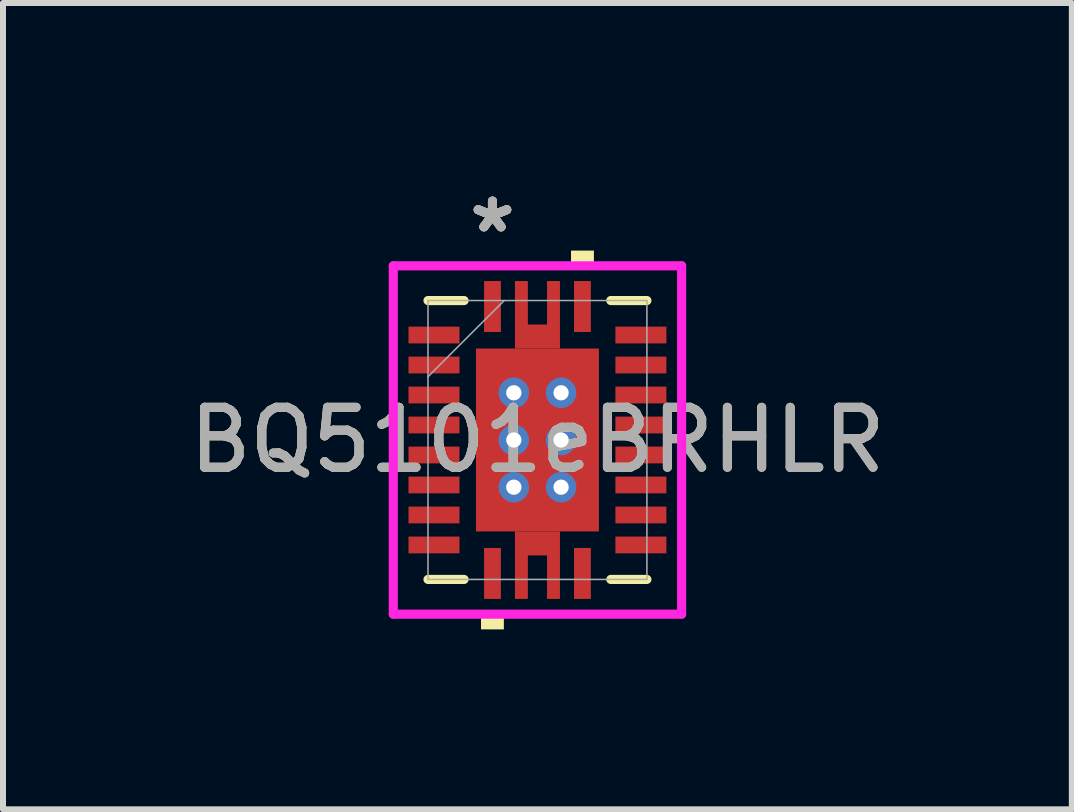
<source format=kicad_pcb>
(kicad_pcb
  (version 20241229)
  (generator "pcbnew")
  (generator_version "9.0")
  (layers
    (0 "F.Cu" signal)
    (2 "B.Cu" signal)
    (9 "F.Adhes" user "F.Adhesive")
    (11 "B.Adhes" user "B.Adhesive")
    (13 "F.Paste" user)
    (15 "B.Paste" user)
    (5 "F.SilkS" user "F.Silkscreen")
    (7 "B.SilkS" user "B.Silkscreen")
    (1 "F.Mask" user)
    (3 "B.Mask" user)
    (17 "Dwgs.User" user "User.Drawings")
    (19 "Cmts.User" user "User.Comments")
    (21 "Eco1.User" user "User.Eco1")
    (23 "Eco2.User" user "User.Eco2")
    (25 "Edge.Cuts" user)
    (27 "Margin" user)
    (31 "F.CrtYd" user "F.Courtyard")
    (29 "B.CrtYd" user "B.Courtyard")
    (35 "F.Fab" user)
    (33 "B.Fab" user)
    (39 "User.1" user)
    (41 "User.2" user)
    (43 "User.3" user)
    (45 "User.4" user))
  (footprint "BQ5101eBRHLR"
    (layer "F.Cu")
    (at 5.911 4.286)
    (property "Reference" "BQ5101eBRHLR" (at 0 0 0) (unlocked yes) (layer "F.SilkS") (effects (font (size 1 1) (thickness 0.15))))
    (attr smd)
    (fp_poly (pts (xy 0.375 -1.525) (xy 0.375 -2.65) (xy 0.16 -2.65) (xy 0.16 -1.925) (xy -0.16 -1.925) (xy -0.16 -2.65) (xy -0.375 -2.65) (xy -0.375 -1.525)) (stroke (width 0) (type solid)) (fill yes) (layer "F.Cu"))
    (fp_poly (pts (xy 0.375 1.525) (xy 0.375 2.65) (xy 0.16 2.65) (xy 0.16 1.925) (xy -0.16 1.925) (xy -0.16 2.65) (xy -0.375 2.65) (xy -0.375 1.525)) (stroke (width 0) (type solid)) (fill yes) (layer "F.Cu"))
    (fp_poly (pts (xy -2.22 -1.96) (xy -2.22 -1.54) (xy -1.23 -1.54) (xy -1.23 -1.96)) (stroke (width 0) (type solid)) (fill yes) (layer "F.Mask"))
    (fp_poly (pts (xy -2.22 -1.46) (xy -2.22 -1.04) (xy -1.23 -1.04) (xy -1.23 -1.46)) (stroke (width 0) (type solid)) (fill yes) (layer "F.Mask"))
    (fp_poly (pts (xy -2.22 -0.96) (xy -2.22 -0.54) (xy -1.23 -0.54) (xy -1.23 -0.96)) (stroke (width 0) (type solid)) (fill yes) (layer "F.Mask"))
    (fp_poly (pts (xy -2.22 -0.46) (xy -2.22 -0.04) (xy -1.23 -0.04) (xy -1.23 -0.46)) (stroke (width 0) (type solid)) (fill yes) (layer "F.Mask"))
    (fp_poly (pts (xy -2.22 0.04) (xy -2.22 0.46) (xy -1.23 0.46) (xy -1.23 0.04)) (stroke (width 0) (type solid)) (fill yes) (layer "F.Mask"))
    (fp_poly (pts (xy -2.22 0.54) (xy -2.22 0.96) (xy -1.23 0.96) (xy -1.23 0.54)) (stroke (width 0) (type solid)) (fill yes) (layer "F.Mask"))
    (fp_poly (pts (xy -2.22 1.04) (xy -2.22 1.46) (xy -1.23 1.46) (xy -1.23 1.04)) (stroke (width 0) (type solid)) (fill yes) (layer "F.Mask"))
    (fp_poly (pts (xy -2.22 1.54) (xy -2.22 1.96) (xy -1.23 1.96) (xy -1.23 1.54)) (stroke (width 0) (type solid)) (fill yes) (layer "F.Mask"))
    (fp_poly (pts (xy -1.089 -1.588) (xy -0.594 -1.588) (xy -0.594 1.588) (xy -1.089 1.588)) (stroke (width 0) (type solid)) (fill yes) (layer "F.Mask"))
    (fp_poly (pts (xy -1.089 -1.588) (xy 1.089 -1.588) (xy 1.089 -0.987) (xy -1.089 -0.987)) (stroke (width 0) (type solid)) (fill yes) (layer "F.Mask"))
    (fp_poly (pts (xy -1.089 -0.587) (xy 1.089 -0.587) (xy 1.089 -0.2) (xy -1.089 -0.2)) (stroke (width 0) (type solid)) (fill yes) (layer "F.Mask"))
    (fp_poly (pts (xy -1.089 0.2) (xy 1.089 0.2) (xy 1.089 0.587) (xy -1.089 0.587)) (stroke (width 0) (type solid)) (fill yes) (layer "F.Mask"))
    (fp_poly (pts (xy -1.089 0.987) (xy 1.089 0.987) (xy 1.089 1.588) (xy -1.089 1.588)) (stroke (width 0) (type solid)) (fill yes) (layer "F.Mask"))
    (fp_poly (pts (xy -0.96 -2.72) (xy -0.96 -1.73) (xy -0.54 -1.73) (xy -0.54 -2.72)) (stroke (width 0) (type solid)) (fill yes) (layer "F.Mask"))
    (fp_poly (pts (xy -0.96 1.73) (xy -0.96 2.72) (xy -0.54 2.72) (xy -0.54 1.73)) (stroke (width 0) (type solid)) (fill yes) (layer "F.Mask"))
    (fp_poly (pts (xy 0.194 -1.588) (xy -0.194 -1.588) (xy -0.194 1.588) (xy 0.194 1.588)) (stroke (width 0) (type solid)) (fill yes) (layer "F.Mask"))
    (fp_poly (pts (xy 0.54 -2.72) (xy 0.54 -1.73) (xy 0.96 -1.73) (xy 0.96 -2.72)) (stroke (width 0) (type solid)) (fill yes) (layer "F.Mask"))
    (fp_poly (pts (xy 0.54 1.73) (xy 0.54 2.72) (xy 0.96 2.72) (xy 0.96 1.73)) (stroke (width 0) (type solid)) (fill yes) (layer "F.Mask"))
    (fp_poly (pts (xy 0.594 -1.588) (xy 1.089 -1.588) (xy 1.089 1.588) (xy 0.594 1.588)) (stroke (width 0) (type solid)) (fill yes) (layer "F.Mask"))
    (fp_poly (pts (xy 1.23 -1.96) (xy 1.23 -1.54) (xy 2.22 -1.54) (xy 2.22 -1.96)) (stroke (width 0) (type solid)) (fill yes) (layer "F.Mask"))
    (fp_poly (pts (xy 1.23 -1.46) (xy 1.23 -1.04) (xy 2.22 -1.04) (xy 2.22 -1.46)) (stroke (width 0) (type solid)) (fill yes) (layer "F.Mask"))
    (fp_poly (pts (xy 1.23 -0.96) (xy 1.23 -0.54) (xy 2.22 -0.54) (xy 2.22 -0.96)) (stroke (width 0) (type solid)) (fill yes) (layer "F.Mask"))
    (fp_poly (pts (xy 1.23 -0.46) (xy 1.23 -0.04) (xy 2.22 -0.04) (xy 2.22 -0.46)) (stroke (width 0) (type solid)) (fill yes) (layer "F.Mask"))
    (fp_poly (pts (xy 1.23 0.04) (xy 1.23 0.46) (xy 2.22 0.46) (xy 2.22 0.04)) (stroke (width 0) (type solid)) (fill yes) (layer "F.Mask"))
    (fp_poly (pts (xy 1.23 0.54) (xy 1.23 0.96) (xy 2.22 0.96) (xy 2.22 0.54)) (stroke (width 0) (type solid)) (fill yes) (layer "F.Mask"))
    (fp_poly (pts (xy 1.23 1.04) (xy 1.23 1.46) (xy 2.22 1.46) (xy 2.22 1.04)) (stroke (width 0) (type solid)) (fill yes) (layer "F.Mask"))
    (fp_poly (pts (xy 1.23 1.54) (xy 1.23 1.96) (xy 2.22 1.96) (xy 2.22 1.54)) (stroke (width 0) (type solid)) (fill yes) (layer "F.Mask"))
    (fp_poly (pts (xy 0.375 -1.525) (xy 0.375 -2.65) (xy 0.16 -2.65) (xy 0.16 -1.925) (xy -0.16 -1.925) (xy -0.16 -2.65) (xy -0.375 -2.65) (xy -0.375 -1.525)) (stroke (width 0) (type solid)) (fill yes) (layer "F.Mask"))
    (fp_poly (pts (xy 0.375 1.525) (xy 0.375 2.65) (xy 0.16 2.65) (xy 0.16 1.925) (xy -0.16 1.925) (xy -0.16 2.65) (xy -0.375 2.65) (xy -0.375 1.525)) (stroke (width 0) (type solid)) (fill yes) (layer "F.Mask"))
    (fp_line (start -1.825 2.325) (end -1.223 2.325) (stroke (width 0.152) (type solid)) (layer "F.SilkS"))
    (fp_line (start -1.223 -2.325) (end -1.825 -2.325) (stroke (width 0.152) (type solid)) (layer "F.SilkS"))
    (fp_line (start 1.223 2.325) (end 1.825 2.325) (stroke (width 0.152) (type solid)) (layer "F.SilkS"))
    (fp_line (start 1.825 -2.325) (end 1.223 -2.325) (stroke (width 0.152) (type solid)) (layer "F.SilkS"))
    (fp_poly (pts (xy -0.941 2.904) (xy -0.941 3.158) (xy -0.56 3.158) (xy -0.56 2.904)) (stroke (width 0) (type solid)) (fill yes) (layer "F.SilkS"))
    (fp_poly (pts (xy 0.56 -2.904) (xy 0.56 -3.158) (xy 0.941 -3.158) (xy 0.941 -2.904)) (stroke (width 0) (type solid)) (fill yes) (layer "F.SilkS"))
    (fp_poly (pts (xy -2.125 -1.865) (xy -2.125 -1.635) (xy -1.325 -1.635) (xy -1.325 -1.865)) (stroke (width 0) (type solid)) (fill yes) (layer "F.Paste"))
    (fp_poly (pts (xy -2.125 -1.365) (xy -2.125 -1.135) (xy -1.325 -1.135) (xy -1.325 -1.365)) (stroke (width 0) (type solid)) (fill yes) (layer "F.Paste"))
    (fp_poly (pts (xy -2.125 -0.865) (xy -2.125 -0.635) (xy -1.325 -0.635) (xy -1.325 -0.865)) (stroke (width 0) (type solid)) (fill yes) (layer "F.Paste"))
    (fp_poly (pts (xy -2.125 -0.365) (xy -2.125 -0.135) (xy -1.325 -0.135) (xy -1.325 -0.365)) (stroke (width 0) (type solid)) (fill yes) (layer "F.Paste"))
    (fp_poly (pts (xy -2.125 0.135) (xy -2.125 0.365) (xy -1.325 0.365) (xy -1.325 0.135)) (stroke (width 0) (type solid)) (fill yes) (layer "F.Paste"))
    (fp_poly (pts (xy -2.125 0.635) (xy -2.125 0.865) (xy -1.325 0.865) (xy -1.325 0.635)) (stroke (width 0) (type solid)) (fill yes) (layer "F.Paste"))
    (fp_poly (pts (xy -2.125 1.135) (xy -2.125 1.365) (xy -1.325 1.365) (xy -1.325 1.135)) (stroke (width 0) (type solid)) (fill yes) (layer "F.Paste"))
    (fp_poly (pts (xy -2.125 1.635) (xy -2.125 1.865) (xy -1.325 1.865) (xy -1.325 1.635)) (stroke (width 0) (type solid)) (fill yes) (layer "F.Paste"))
    (fp_poly (pts (xy -0.865 -2.625) (xy -0.865 -1.825) (xy -0.635 -1.825) (xy -0.635 -2.625)) (stroke (width 0) (type solid)) (fill yes) (layer "F.Paste"))
    (fp_poly (pts (xy -0.865 1.825) (xy -0.865 2.625) (xy -0.635 2.625) (xy -0.635 1.825)) (stroke (width 0) (type solid)) (fill yes) (layer "F.Paste"))
    (fp_poly (pts (xy -0.16 -1.925) (xy -0.16 -2.65) (xy -0.375 -2.65) (xy -0.375 -1.925)) (stroke (width 0) (type solid)) (fill yes) (layer "F.Paste"))
    (fp_poly (pts (xy -0.16 1.925) (xy -0.16 2.65) (xy -0.375 2.65) (xy -0.375 1.925)) (stroke (width 0) (type solid)) (fill yes) (layer "F.Paste"))
    (fp_poly (pts (xy 0.375 -1.925) (xy 0.375 -2.65) (xy 0.16 -2.65) (xy 0.16 -1.925)) (stroke (width 0) (type solid)) (fill yes) (layer "F.Paste"))
    (fp_poly (pts (xy 0.375 1.925) (xy 0.375 2.65) (xy 0.16 2.65) (xy 0.16 1.925)) (stroke (width 0) (type solid)) (fill yes) (layer "F.Paste"))
    (fp_poly (pts (xy 0.635 -2.625) (xy 0.635 -1.825) (xy 0.865 -1.825) (xy 0.865 -2.625)) (stroke (width 0) (type solid)) (fill yes) (layer "F.Paste"))
    (fp_poly (pts (xy 0.635 1.825) (xy 0.635 2.625) (xy 0.865 2.625) (xy 0.865 1.825)) (stroke (width 0) (type solid)) (fill yes) (layer "F.Paste"))
    (fp_poly (pts (xy 1.325 -1.865) (xy 1.325 -1.635) (xy 2.125 -1.635) (xy 2.125 -1.865)) (stroke (width 0) (type solid)) (fill yes) (layer "F.Paste"))
    (fp_poly (pts (xy 1.325 -1.365) (xy 1.325 -1.135) (xy 2.125 -1.135) (xy 2.125 -1.365)) (stroke (width 0) (type solid)) (fill yes) (layer "F.Paste"))
    (fp_poly (pts (xy 1.325 -0.865) (xy 1.325 -0.635) (xy 2.125 -0.635) (xy 2.125 -0.865)) (stroke (width 0) (type solid)) (fill yes) (layer "F.Paste"))
    (fp_poly (pts (xy 1.325 -0.365) (xy 1.325 -0.135) (xy 2.125 -0.135) (xy 2.125 -0.365)) (stroke (width 0) (type solid)) (fill yes) (layer "F.Paste"))
    (fp_poly (pts (xy 1.325 0.135) (xy 1.325 0.365) (xy 2.125 0.365) (xy 2.125 0.135)) (stroke (width 0) (type solid)) (fill yes) (layer "F.Paste"))
    (fp_poly (pts (xy 1.325 0.635) (xy 1.325 0.865) (xy 2.125 0.865) (xy 2.125 0.635)) (stroke (width 0) (type solid)) (fill yes) (layer "F.Paste"))
    (fp_poly (pts (xy 1.325 1.135) (xy 1.325 1.365) (xy 2.125 1.365) (xy 2.125 1.135)) (stroke (width 0) (type solid)) (fill yes) (layer "F.Paste"))
    (fp_poly (pts (xy 1.325 1.635) (xy 1.325 1.865) (xy 2.125 1.865) (xy 2.125 1.635)) (stroke (width 0) (type solid)) (fill yes) (layer "F.Paste"))
    (fp_poly (pts (xy -0.95 -1.45) (xy -0.95 -0.887) (xy -0.635 -0.887) (xy -0.494 -1.029) (xy -0.494 -1.45)) (stroke (width 0) (type solid)) (fill yes) (layer "F.Paste"))
    (fp_poly (pts (xy -0.95 0.887) (xy -0.95 1.45) (xy -0.494 1.45) (xy -0.494 1.029) (xy -0.635 0.887)) (stroke (width 0) (type solid)) (fill yes) (layer "F.Paste"))
    (fp_poly (pts (xy 0.494 -1.45) (xy 0.494 -1.029) (xy 0.635 -0.887) (xy 0.95 -0.887) (xy 0.95 -1.45)) (stroke (width 0) (type solid)) (fill yes) (layer "F.Paste"))
    (fp_poly (pts (xy 0.635 0.887) (xy 0.494 1.029) (xy 0.494 1.45) (xy 0.95 1.45) (xy 0.95 0.887)) (stroke (width 0) (type solid)) (fill yes) (layer "F.Paste"))
    (fp_poly (pts (xy -0.95 -0.687) (xy -0.95 -0.1) (xy -0.635 -0.1) (xy -0.494 -0.241) (xy -0.494 -0.546) (xy -0.635 -0.687)) (stroke (width 0) (type solid)) (fill yes) (layer "F.Paste"))
    (fp_poly (pts (xy -0.95 0.1) (xy -0.95 0.687) (xy -0.635 0.687) (xy -0.494 0.546) (xy -0.494 0.241) (xy -0.635 0.1)) (stroke (width 0) (type solid)) (fill yes) (layer "F.Paste"))
    (fp_poly (pts (xy -0.294 -1.45) (xy -0.294 -1.029) (xy -0.152 -0.887) (xy 0.152 -0.887) (xy 0.294 -1.029) (xy 0.294 -1.45)) (stroke (width 0) (type solid)) (fill yes) (layer "F.Paste"))
    (fp_poly (pts (xy -0.152 0.887) (xy -0.294 1.029) (xy -0.294 1.45) (xy 0.294 1.45) (xy 0.294 1.029) (xy 0.152 0.887)) (stroke (width 0) (type solid)) (fill yes) (layer "F.Paste"))
    (fp_poly (pts (xy 0.635 -0.687) (xy 0.494 -0.546) (xy 0.494 -0.241) (xy 0.635 -0.1) (xy 0.95 -0.1) (xy 0.95 -0.687)) (stroke (width 0) (type solid)) (fill yes) (layer "F.Paste"))
    (fp_poly (pts (xy 0.635 0.1) (xy 0.494 0.241) (xy 0.494 0.546) (xy 0.635 0.687) (xy 0.95 0.687) (xy 0.95 0.1)) (stroke (width 0) (type solid)) (fill yes) (layer "F.Paste"))
    (fp_poly (pts (xy -0.152 -0.687) (xy -0.294 -0.546) (xy -0.294 -0.241) (xy -0.152 -0.1) (xy 0.152 -0.1) (xy 0.294 -0.241) (xy 0.294 -0.546) (xy 0.152 -0.687)) (stroke (width 0) (type solid)) (fill yes) (layer "F.Paste"))
    (fp_poly (pts (xy -0.152 0.1) (xy -0.294 0.241) (xy -0.294 0.546) (xy -0.152 0.687) (xy 0.152 0.687) (xy 0.294 0.546) (xy 0.294 0.241) (xy 0.152 0.1)) (stroke (width 0) (type solid)) (fill yes) (layer "F.Paste"))
    (fp_line (start -2.404 -2.904) (end 2.404 -2.904) (stroke (width 0.152) (type solid)) (layer "F.CrtYd"))
    (fp_line (start -2.404 2.904) (end -2.404 -2.904) (stroke (width 0.152) (type solid)) (layer "F.CrtYd"))
    (fp_line (start 2.404 -2.904) (end 2.404 2.904) (stroke (width 0.152) (type solid)) (layer "F.CrtYd"))
    (fp_line (start 2.404 2.904) (end -2.404 2.904) (stroke (width 0.152) (type solid)) (layer "F.CrtYd"))
    (fp_line (start -1.825 -2.325) (end -1.825 2.325) (stroke (width 0.025) (type solid)) (layer "F.Fab"))
    (fp_line (start -1.825 -1.055) (end -0.555 -2.325) (stroke (width 0.025) (type solid)) (layer "F.Fab"))
    (fp_line (start -1.825 2.325) (end 1.825 2.325) (stroke (width 0.025) (type solid)) (layer "F.Fab"))
    (fp_line (start 1.825 -2.325) (end -1.825 -2.325) (stroke (width 0.025) (type solid)) (layer "F.Fab"))
    (fp_line (start 1.825 2.325) (end 1.825 -2.325) (stroke (width 0.025) (type solid)) (layer "F.Fab"))
    (fp_text user "*" (at -0.75 -3.437 0) (layer "F.SilkS") (effects (font (size 1 1) (thickness 0.15))))
    (fp_text user "*" (at -0.75 -3.437 0) (unlocked yes) (layer "F.SilkS") (effects (font (size 1 1) (thickness 0.15))))
    (fp_text user "${REFERENCE}" (at 0 0 0) (unlocked yes) (layer "F.Fab") (effects (font (size 1 1) (thickness 0.15))))
    (fp_text user "*" (at -0.75 -3.437 0) (unlocked yes) (layer "F.Fab") (effects (font (size 1 1) (thickness 0.15))))
    (fp_text user "*" (at -0.75 -3.437 0) (layer "F.Fab") (effects (font (size 1 1) (thickness 0.15))))
    (pad "1" smd rect (at -0.75 -2.225) (size 0.28 0.85) (layers "F.Cu" "F.Mask"))
    (pad "2" smd rect (at -1.725 -1.75 90) (size 0.28 0.85) (layers "F.Cu" "F.Mask"))
    (pad "3" smd rect (at -1.725 -1.25 90) (size 0.28 0.85) (layers "F.Cu" "F.Mask"))
    (pad "4" smd rect (at -1.725 -0.75 90) (size 0.28 0.85) (layers "F.Cu" "F.Mask"))
    (pad "5" smd rect (at -1.725 -0.25 90) (size 0.28 0.85) (layers "F.Cu" "F.Mask"))
    (pad "6" smd rect (at -1.725 0.25 90) (size 0.28 0.85) (layers "F.Cu" "F.Mask"))
    (pad "7" smd rect (at -1.725 0.75 90) (size 0.28 0.85) (layers "F.Cu" "F.Mask"))
    (pad "8" smd rect (at -1.725 1.25 90) (size 0.28 0.85) (layers "F.Cu" "F.Mask"))
    (pad "9" smd rect (at -1.725 1.75 90) (size 0.28 0.85) (layers "F.Cu" "F.Mask"))
    (pad "10" smd rect (at -0.75 2.225) (size 0.28 0.85) (layers "F.Cu" "F.Mask"))
    (pad "11" smd rect (at 0.75 2.225) (size 0.28 0.85) (layers "F.Cu" "F.Mask"))
    (pad "12" smd rect (at 1.725 1.75 90) (size 0.28 0.85) (layers "F.Cu" "F.Mask"))
    (pad "13" smd rect (at 1.725 1.25 90) (size 0.28 0.85) (layers "F.Cu" "F.Mask"))
    (pad "14" smd rect (at 1.725 0.75 90) (size 0.28 0.85) (layers "F.Cu" "F.Mask"))
    (pad "15" smd rect (at 1.725 0.25 90) (size 0.28 0.85) (layers "F.Cu" "F.Mask"))
    (pad "16" smd rect (at 1.725 -0.25 90) (size 0.28 0.85) (layers "F.Cu" "F.Mask"))
    (pad "17" smd rect (at 1.725 -0.75 90) (size 0.28 0.85) (layers "F.Cu" "F.Mask"))
    (pad "18" smd rect (at 1.725 -1.25 90) (size 0.28 0.85) (layers "F.Cu" "F.Mask"))
    (pad "19" smd rect (at 1.725 -1.75 90) (size 0.28 0.85) (layers "F.Cu" "F.Mask"))
    (pad "20" smd rect (at 0.75 -2.225) (size 0.28 0.85) (layers "F.Cu" "F.Mask"))
    (pad "21" smd rect (at 0 0) (size 2.05 3.05) (layers "F.Cu"))
    (pad "V" thru_hole circle (at -0.394 -0.787) (size 0.508 0.508) (drill 0.254) (layers "*.Cu" "*.Mask"))
    (pad "V" thru_hole circle (at -0.394 0) (size 0.508 0.508) (drill 0.254) (layers "*.Cu" "*.Mask"))
    (pad "V" thru_hole circle (at -0.394 0.787) (size 0.508 0.508) (drill 0.254) (layers "*.Cu" "*.Mask"))
    (pad "V" thru_hole circle (at 0.394 -0.787) (size 0.508 0.508) (drill 0.254) (layers "*.Cu" "*.Mask"))
    (pad "V" thru_hole circle (at 0.394 0) (size 0.508 0.508) (drill 0.254) (layers "*.Cu" "*.Mask"))
    (pad "V" thru_hole circle (at 0.394 0.787) (size 0.508 0.508) (drill 0.254) (layers "*.Cu" "*.Mask")))
  (gr_rect
    (start -3 -3)
    (end 14.821 10.444)
    (stroke (width 0.1) (type default))
    (fill no)
    (layer "Edge.Cuts")))
</source>
